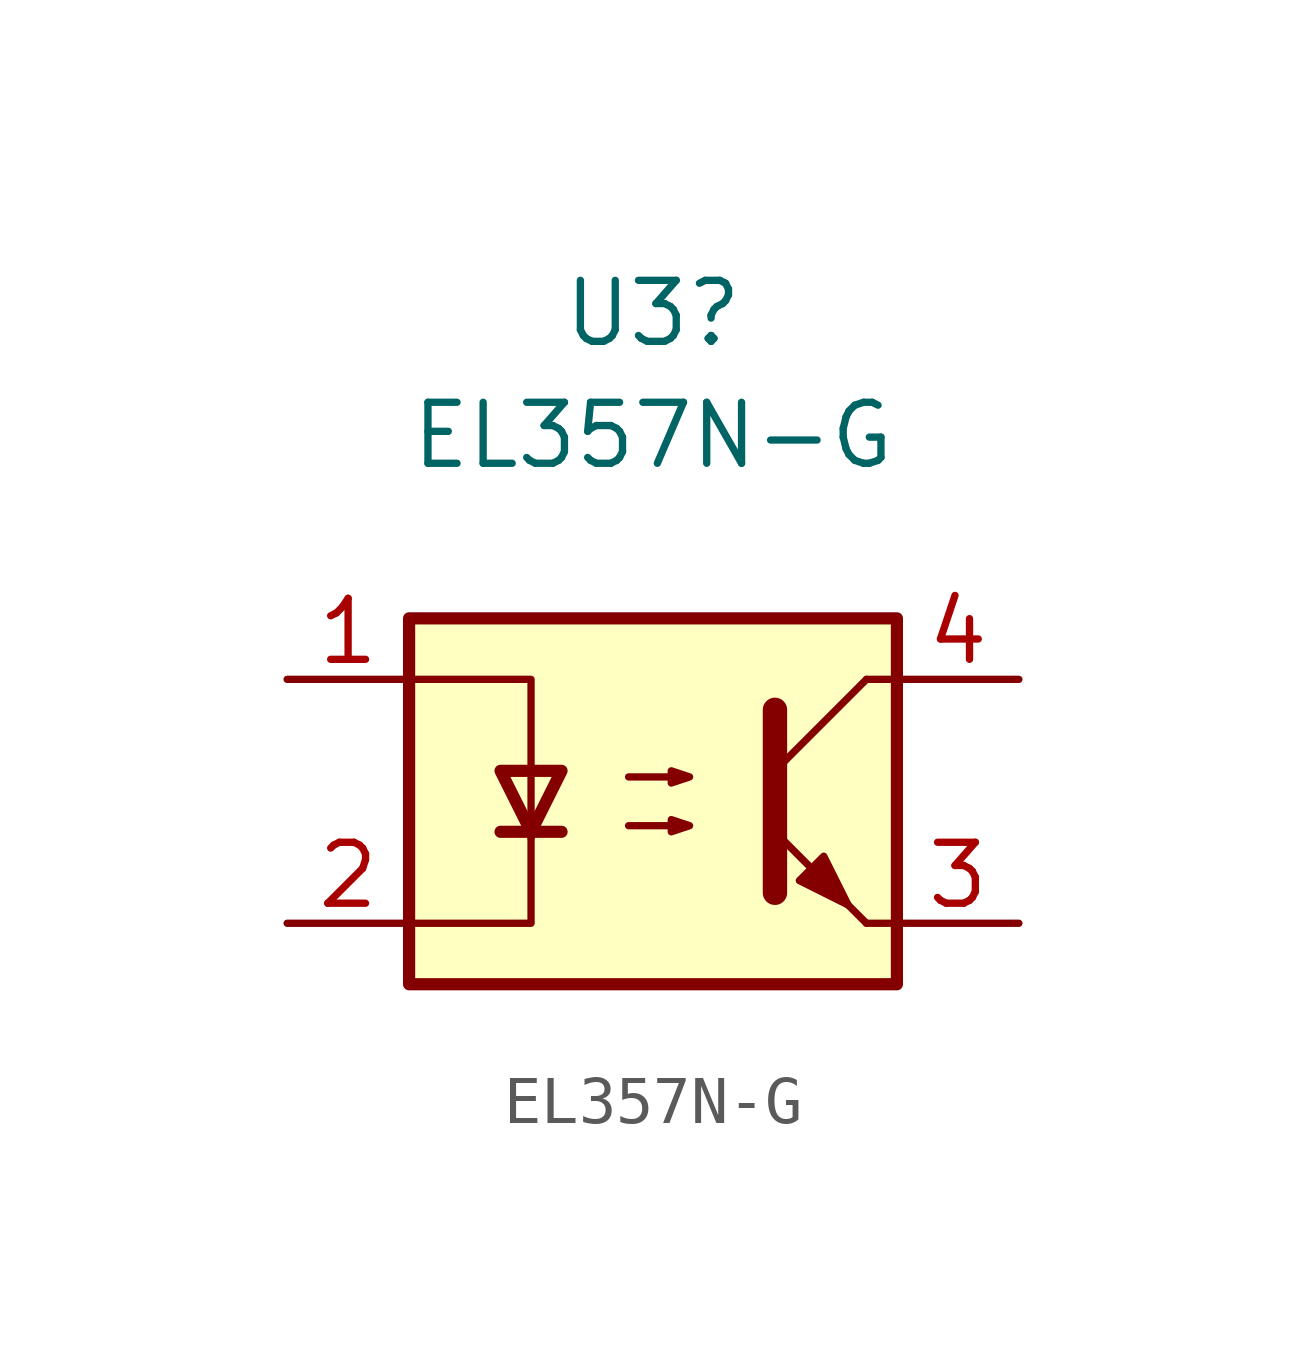
<source format=kicad_sym>
(kicad_symbol_lib
  (version 20231120)
  (generator "kicad_symbol_editor")
  (generator_version "8.0")
  (symbol "EL357N-G"
    (pin_names
      (offset 1.016))
    (property "Reference" "U3"
      (at 0 10.16 0)
      (effects (font (size 1.27 1.27))))
    (property "Value" "EL357N-G"
      (at 0 7.62 0)
      (effects (font (size 1.27 1.27))))
    (symbol "EL357N-G_0_1"
      (rectangle (start -5.08 3.81) (end 5.08 -3.81) (stroke (width 0.254) (type default)) (fill (type background)))
      (polyline (pts (xy -3.175 -0.635) (xy -1.905 -0.635)) (stroke (width 0.254) (type default)) (fill (type none)))
      (polyline (pts (xy 2.54 0.635) (xy 4.445 2.54)) (stroke (width 0) (type default)) (fill (type none)))
      (polyline (pts (xy 4.445 -2.54) (xy 2.54 -0.635)) (stroke (width 0) (type default)) (fill (type outline)))
      (polyline (pts (xy 4.445 -2.54) (xy 5.08 -2.54)) (stroke (width 0) (type default)) (fill (type none)))
      (polyline (pts (xy 4.445 2.54) (xy 5.08 2.54)) (stroke (width 0) (type default)) (fill (type none)))
      (polyline (pts (xy -5.08 2.54) (xy -2.54 2.54) (xy -2.54 -0.762)) (stroke (width 0) (type default)) (fill (type none)))
      (polyline (pts (xy -2.54 -0.635) (xy -2.54 -2.54) (xy -5.08 -2.54)) (stroke (width 0) (type default)) (fill (type none)))
      (polyline (pts (xy 2.54 1.905) (xy 2.54 -1.905) (xy 2.54 -1.905)) (stroke (width 0.508) (type default)) (fill (type none)))
      (polyline (pts (xy -2.54 -0.635) (xy -3.175 0.635) (xy -1.905 0.635) (xy -2.54 -0.635)) (stroke (width 0.254) (type default)) (fill (type none)))
      (polyline (pts (xy -0.508 -0.508) (xy 0.762 -0.508) (xy 0.381 -0.635) (xy 0.381 -0.381) (xy 0.762 -0.508)) (stroke (width 0) (type default)) (fill (type none)))
      (polyline (pts (xy -0.508 0.508) (xy 0.762 0.508) (xy 0.381 0.381) (xy 0.381 0.635) (xy 0.762 0.508)) (stroke (width 0) (type default)) (fill (type none)))
      (polyline (pts (xy 3.048 -1.651) (xy 3.556 -1.143) (xy 4.064 -2.159) (xy 3.048 -1.651) (xy 3.048 -1.651)) (stroke (width 0) (type default)) (fill (type outline))))
    (symbol "EL357N-G_1_1"
      (pin passive line (at -7.62 2.54 0) (length 2.54) (name "~" (effects (font (size 1.27 1.27)))) (number "1" (effects (font (size 1.27 1.27)))))
      (pin passive line (at -7.62 -2.54 0) (length 2.54) (name "~" (effects (font (size 1.27 1.27)))) (number "2" (effects (font (size 1.27 1.27)))))
      (pin passive line (at 7.62 -2.54 180) (length 2.54) (name "~" (effects (font (size 1.27 1.27)))) (number "3" (effects (font (size 1.27 1.27)))))
      (pin passive line (at 7.62 2.54 180) (length 2.54) (name "~" (effects (font (size 1.27 1.27)))) (number "4" (effects (font (size 1.27 1.27))))))))
</source>
